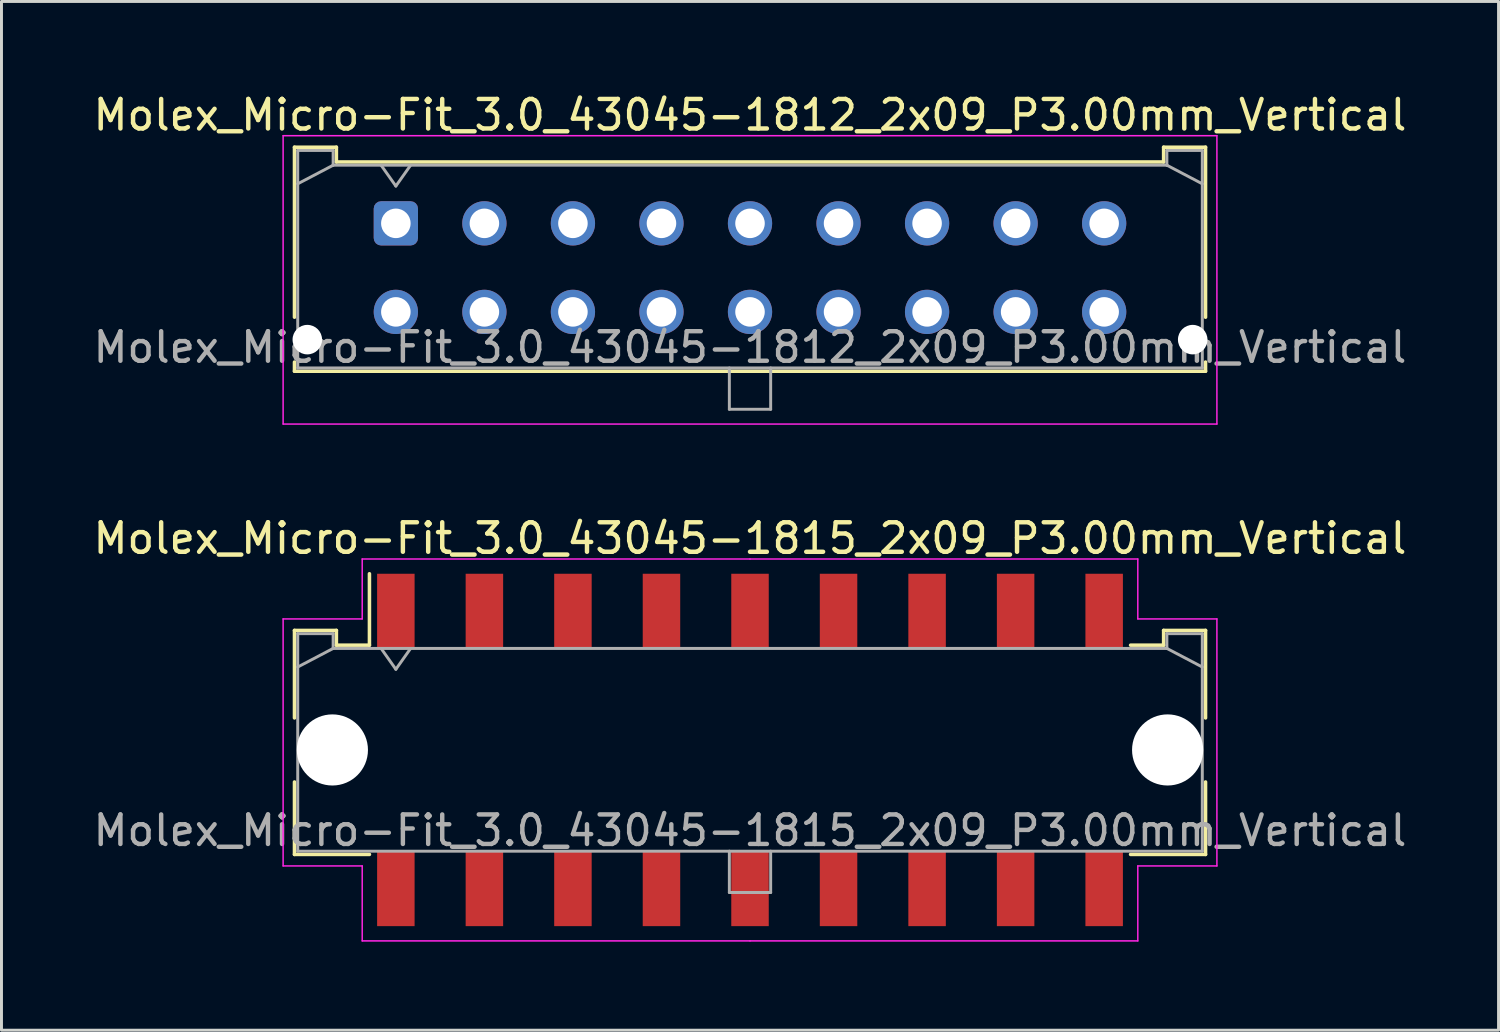
<source format=kicad_pcb>
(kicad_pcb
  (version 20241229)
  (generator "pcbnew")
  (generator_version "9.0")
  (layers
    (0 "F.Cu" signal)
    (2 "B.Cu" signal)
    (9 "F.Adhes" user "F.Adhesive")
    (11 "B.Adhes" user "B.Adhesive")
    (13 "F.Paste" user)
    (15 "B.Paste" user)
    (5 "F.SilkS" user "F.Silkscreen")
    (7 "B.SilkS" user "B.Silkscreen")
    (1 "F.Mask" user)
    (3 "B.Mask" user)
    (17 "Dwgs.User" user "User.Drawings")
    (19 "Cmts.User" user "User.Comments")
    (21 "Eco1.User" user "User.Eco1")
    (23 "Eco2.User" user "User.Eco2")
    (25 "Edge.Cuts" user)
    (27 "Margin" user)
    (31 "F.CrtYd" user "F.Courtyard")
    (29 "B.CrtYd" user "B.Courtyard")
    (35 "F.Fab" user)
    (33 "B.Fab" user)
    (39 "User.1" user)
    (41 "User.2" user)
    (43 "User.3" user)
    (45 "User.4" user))
  (footprint "Molex_Micro-Fit_3.0_43045-1812_2x09_P3.00mm_Vertical"
    (layer "F.Cu")
    (at 10.363 4.518)
    (property "Reference" "Molex_Micro-Fit_3.0_43045-1812_2x09_P3.00mm_Vertical" (at 12 -3.67 0) (layer "F.SilkS") (effects (font (size 1 1) (thickness 0.15))))
    (attr through_hole)
    (fp_line (start -3.435 -2.58) (end -2.015 -2.58) (stroke (width 0.12) (type solid)) (layer "F.SilkS"))
    (fp_line (start -3.435 3.18) (end -3.435 -2.58) (stroke (width 0.12) (type solid)) (layer "F.SilkS"))
    (fp_line (start -3.435 4.7) (end -3.435 5.01) (stroke (width 0.12) (type solid)) (layer "F.SilkS"))
    (fp_line (start -3.435 5.01) (end 27.435 5.01) (stroke (width 0.12) (type solid)) (layer "F.SilkS"))
    (fp_line (start -2.015 -2.58) (end -2.015 -2.08) (stroke (width 0.12) (type solid)) (layer "F.SilkS"))
    (fp_line (start -2.015 -2.08) (end 26.015 -2.08) (stroke (width 0.12) (type solid)) (layer "F.SilkS"))
    (fp_line (start 26.015 -2.58) (end 27.435 -2.58) (stroke (width 0.12) (type solid)) (layer "F.SilkS"))
    (fp_line (start 26.015 -2.08) (end 26.015 -2.58) (stroke (width 0.12) (type solid)) (layer "F.SilkS"))
    (fp_line (start 27.435 -2.58) (end 27.435 3.18) (stroke (width 0.12) (type solid)) (layer "F.SilkS"))
    (fp_line (start 27.435 5.01) (end 27.435 4.7) (stroke (width 0.12) (type solid)) (layer "F.SilkS"))
    (fp_line (start -3.82 -2.97) (end 27.82 -2.97) (stroke (width 0.05) (type solid)) (layer "F.CrtYd"))
    (fp_line (start -3.82 6.8) (end -3.82 -2.97) (stroke (width 0.05) (type solid)) (layer "F.CrtYd"))
    (fp_line (start 27.82 -2.97) (end 27.82 6.8) (stroke (width 0.05) (type solid)) (layer "F.CrtYd"))
    (fp_line (start 27.82 6.8) (end -3.82 6.8) (stroke (width 0.05) (type solid)) (layer "F.CrtYd"))
    (fp_line (start -3.325 -2.47) (end -3.325 4.9) (stroke (width 0.1) (type solid)) (layer "F.Fab"))
    (fp_line (start -3.325 -1.34) (end -2.125 -1.97) (stroke (width 0.1) (type solid)) (layer "F.Fab"))
    (fp_line (start -3.325 4.9) (end 27.325 4.9) (stroke (width 0.1) (type solid)) (layer "F.Fab"))
    (fp_line (start -2.125 -2.47) (end -3.325 -2.47) (stroke (width 0.1) (type solid)) (layer "F.Fab"))
    (fp_line (start -2.125 -1.97) (end -2.125 -2.47) (stroke (width 0.1) (type solid)) (layer "F.Fab"))
    (fp_line (start -0.5 -1.97) (end 0 -1.263) (stroke (width 0.1) (type solid)) (layer "F.Fab"))
    (fp_line (start 0 -1.263) (end 0.5 -1.97) (stroke (width 0.1) (type solid)) (layer "F.Fab"))
    (fp_line (start 11.3 4.9) (end 11.3 6.3) (stroke (width 0.1) (type solid)) (layer "F.Fab"))
    (fp_line (start 11.3 6.3) (end 12.7 6.3) (stroke (width 0.1) (type solid)) (layer "F.Fab"))
    (fp_line (start 12.7 6.3) (end 12.7 4.9) (stroke (width 0.1) (type solid)) (layer "F.Fab"))
    (fp_line (start 26.125 -2.47) (end 26.125 -1.97) (stroke (width 0.1) (type solid)) (layer "F.Fab"))
    (fp_line (start 26.125 -1.97) (end -2.125 -1.97) (stroke (width 0.1) (type solid)) (layer "F.Fab"))
    (fp_line (start 27.325 -2.47) (end 26.125 -2.47) (stroke (width 0.1) (type solid)) (layer "F.Fab"))
    (fp_line (start 27.325 -1.34) (end 26.125 -1.97) (stroke (width 0.1) (type solid)) (layer "F.Fab"))
    (fp_line (start 27.325 4.9) (end 27.325 -2.47) (stroke (width 0.1) (type solid)) (layer "F.Fab"))
    (fp_text user "${REFERENCE}" (at 12 4.2 0) (layer "F.Fab") (effects (font (size 1 1) (thickness 0.15))))
    (pad "" np_thru_hole circle (at -3 3.94) (size 1 1) (drill 1) (layers "*.Cu" "*.Mask"))
    (pad "" np_thru_hole circle (at 27 3.94) (size 1 1) (drill 1) (layers "*.Cu" "*.Mask"))
    (pad "1" thru_hole roundrect (at 0 0) (size 1.5 1.5) (drill 1) (layers "*.Cu" "*.Mask") (roundrect_rratio 0.167))
    (pad "2" thru_hole circle (at 3 0) (size 1.5 1.5) (drill 1) (layers "*.Cu" "*.Mask"))
    (pad "3" thru_hole circle (at 6 0) (size 1.5 1.5) (drill 1) (layers "*.Cu" "*.Mask"))
    (pad "4" thru_hole circle (at 9 0) (size 1.5 1.5) (drill 1) (layers "*.Cu" "*.Mask"))
    (pad "5" thru_hole circle (at 12 0) (size 1.5 1.5) (drill 1) (layers "*.Cu" "*.Mask"))
    (pad "6" thru_hole circle (at 15 0) (size 1.5 1.5) (drill 1) (layers "*.Cu" "*.Mask"))
    (pad "7" thru_hole circle (at 18 0) (size 1.5 1.5) (drill 1) (layers "*.Cu" "*.Mask"))
    (pad "8" thru_hole circle (at 21 0) (size 1.5 1.5) (drill 1) (layers "*.Cu" "*.Mask"))
    (pad "9" thru_hole circle (at 24 0) (size 1.5 1.5) (drill 1) (layers "*.Cu" "*.Mask"))
    (pad "10" thru_hole circle (at 0 3) (size 1.5 1.5) (drill 1) (layers "*.Cu" "*.Mask"))
    (pad "11" thru_hole circle (at 3 3) (size 1.5 1.5) (drill 1) (layers "*.Cu" "*.Mask"))
    (pad "12" thru_hole circle (at 6 3) (size 1.5 1.5) (drill 1) (layers "*.Cu" "*.Mask"))
    (pad "13" thru_hole circle (at 9 3) (size 1.5 1.5) (drill 1) (layers "*.Cu" "*.Mask"))
    (pad "14" thru_hole circle (at 12 3) (size 1.5 1.5) (drill 1) (layers "*.Cu" "*.Mask"))
    (pad "15" thru_hole circle (at 15 3) (size 1.5 1.5) (drill 1) (layers "*.Cu" "*.Mask"))
    (pad "16" thru_hole circle (at 18 3) (size 1.5 1.5) (drill 1) (layers "*.Cu" "*.Mask"))
    (pad "17" thru_hole circle (at 21 3) (size 1.5 1.5) (drill 1) (layers "*.Cu" "*.Mask"))
    (pad "18" thru_hole circle (at 24 3) (size 1.5 1.5) (drill 1) (layers "*.Cu" "*.Mask")))
  (footprint "Molex_Micro-Fit_3.0_43045-1815_2x09_P3.00mm_Vertical"
    (layer "F.Cu")
    (at 22.363 22.361)
    (property "Reference" "Molex_Micro-Fit_3.0_43045-1815_2x09_P3.00mm_Vertical" (at 0 -7.17 0) (layer "F.SilkS") (effects (font (size 1 1) (thickness 0.15))))
    (attr smd)
    (fp_line (start -15.435 -4.05) (end -14.015 -4.05) (stroke (width 0.12) (type solid)) (layer "F.SilkS"))
    (fp_line (start -15.435 -1.085) (end -15.435 -4.05) (stroke (width 0.12) (type solid)) (layer "F.SilkS"))
    (fp_line (start -15.435 1.085) (end -15.435 3.54) (stroke (width 0.12) (type solid)) (layer "F.SilkS"))
    (fp_line (start -15.435 3.54) (end -12.895 3.54) (stroke (width 0.12) (type solid)) (layer "F.SilkS"))
    (fp_line (start -14.015 -4.05) (end -14.015 -3.55) (stroke (width 0.12) (type solid)) (layer "F.SilkS"))
    (fp_line (start -14.015 -3.55) (end -12.895 -3.55) (stroke (width 0.12) (type solid)) (layer "F.SilkS"))
    (fp_line (start -12.895 -3.55) (end -12.895 -5.97) (stroke (width 0.12) (type solid)) (layer "F.SilkS"))
    (fp_line (start 14.015 -4.05) (end 14.015 -3.55) (stroke (width 0.12) (type solid)) (layer "F.SilkS"))
    (fp_line (start 14.015 -3.55) (end 12.895 -3.55) (stroke (width 0.12) (type solid)) (layer "F.SilkS"))
    (fp_line (start 15.435 -4.05) (end 14.015 -4.05) (stroke (width 0.12) (type solid)) (layer "F.SilkS"))
    (fp_line (start 15.435 -1.085) (end 15.435 -4.05) (stroke (width 0.12) (type solid)) (layer "F.SilkS"))
    (fp_line (start 15.435 1.085) (end 15.435 3.54) (stroke (width 0.12) (type solid)) (layer "F.SilkS"))
    (fp_line (start 15.435 3.54) (end 12.895 3.54) (stroke (width 0.12) (type solid)) (layer "F.SilkS"))
    (fp_line (start -15.82 -4.44) (end -15.82 3.93) (stroke (width 0.05) (type solid)) (layer "F.CrtYd"))
    (fp_line (start -15.82 3.93) (end -13.14 3.93) (stroke (width 0.05) (type solid)) (layer "F.CrtYd"))
    (fp_line (start -13.14 -6.47) (end -13.14 -4.44) (stroke (width 0.05) (type solid)) (layer "F.CrtYd"))
    (fp_line (start -13.14 -4.44) (end -15.82 -4.44) (stroke (width 0.05) (type solid)) (layer "F.CrtYd"))
    (fp_line (start -13.14 3.93) (end -13.14 6.47) (stroke (width 0.05) (type solid)) (layer "F.CrtYd"))
    (fp_line (start -13.14 6.47) (end 0 6.47) (stroke (width 0.05) (type solid)) (layer "F.CrtYd"))
    (fp_line (start 0 -6.47) (end -13.14 -6.47) (stroke (width 0.05) (type solid)) (layer "F.CrtYd"))
    (fp_line (start 0 -6.47) (end 13.14 -6.47) (stroke (width 0.05) (type solid)) (layer "F.CrtYd"))
    (fp_line (start 13.14 -6.47) (end 13.14 -4.44) (stroke (width 0.05) (type solid)) (layer "F.CrtYd"))
    (fp_line (start 13.14 -4.44) (end 15.82 -4.44) (stroke (width 0.05) (type solid)) (layer "F.CrtYd"))
    (fp_line (start 13.14 3.93) (end 13.14 6.47) (stroke (width 0.05) (type solid)) (layer "F.CrtYd"))
    (fp_line (start 13.14 6.47) (end 0 6.47) (stroke (width 0.05) (type solid)) (layer "F.CrtYd"))
    (fp_line (start 15.82 -4.44) (end 15.82 3.93) (stroke (width 0.05) (type solid)) (layer "F.CrtYd"))
    (fp_line (start 15.82 3.93) (end 13.14 3.93) (stroke (width 0.05) (type solid)) (layer "F.CrtYd"))
    (fp_line (start -15.325 -3.94) (end -15.325 3.43) (stroke (width 0.1) (type solid)) (layer "F.Fab"))
    (fp_line (start -15.325 -2.81) (end -14.125 -3.44) (stroke (width 0.1) (type solid)) (layer "F.Fab"))
    (fp_line (start -15.325 3.43) (end 15.325 3.43) (stroke (width 0.1) (type solid)) (layer "F.Fab"))
    (fp_line (start -14.125 -3.94) (end -15.325 -3.94) (stroke (width 0.1) (type solid)) (layer "F.Fab"))
    (fp_line (start -14.125 -3.44) (end -14.125 -3.94) (stroke (width 0.1) (type solid)) (layer "F.Fab"))
    (fp_line (start -12.5 -3.44) (end -12 -2.733) (stroke (width 0.1) (type solid)) (layer "F.Fab"))
    (fp_line (start -12 -2.733) (end -11.5 -3.44) (stroke (width 0.1) (type solid)) (layer "F.Fab"))
    (fp_line (start -0.7 3.43) (end -0.7 4.83) (stroke (width 0.1) (type solid)) (layer "F.Fab"))
    (fp_line (start -0.7 4.83) (end 0.7 4.83) (stroke (width 0.1) (type solid)) (layer "F.Fab"))
    (fp_line (start 0.7 4.83) (end 0.7 3.43) (stroke (width 0.1) (type solid)) (layer "F.Fab"))
    (fp_line (start 14.125 -3.94) (end 14.125 -3.44) (stroke (width 0.1) (type solid)) (layer "F.Fab"))
    (fp_line (start 14.125 -3.44) (end -14.125 -3.44) (stroke (width 0.1) (type solid)) (layer "F.Fab"))
    (fp_line (start 15.325 -3.94) (end 14.125 -3.94) (stroke (width 0.1) (type solid)) (layer "F.Fab"))
    (fp_line (start 15.325 -2.81) (end 14.125 -3.44) (stroke (width 0.1) (type solid)) (layer "F.Fab"))
    (fp_line (start 15.325 3.43) (end 15.325 -3.94) (stroke (width 0.1) (type solid)) (layer "F.Fab"))
    (fp_text user "${REFERENCE}" (at 0 2.73 0) (layer "F.Fab") (effects (font (size 1 1) (thickness 0.15))))
    (pad "" np_thru_hole circle (at -14.15 0) (size 2.41 2.41) (drill 2.41) (layers "*.Cu" "*.Mask"))
    (pad "" np_thru_hole circle (at 14.15 0) (size 2.41 2.41) (drill 2.41) (layers "*.Cu" "*.Mask"))
    (pad "1" smd rect (at -12 -4.7) (size 1.27 2.54) (layers "F.Cu" "F.Mask" "F.Paste"))
    (pad "2" smd rect (at -9 -4.7) (size 1.27 2.54) (layers "F.Cu" "F.Mask" "F.Paste"))
    (pad "3" smd rect (at -6 -4.7) (size 1.27 2.54) (layers "F.Cu" "F.Mask" "F.Paste"))
    (pad "4" smd rect (at -3 -4.7) (size 1.27 2.54) (layers "F.Cu" "F.Mask" "F.Paste"))
    (pad "5" smd rect (at 0 -4.7) (size 1.27 2.54) (layers "F.Cu" "F.Mask" "F.Paste"))
    (pad "6" smd rect (at 3 -4.7) (size 1.27 2.54) (layers "F.Cu" "F.Mask" "F.Paste"))
    (pad "7" smd rect (at 6 -4.7) (size 1.27 2.54) (layers "F.Cu" "F.Mask" "F.Paste"))
    (pad "8" smd rect (at 9 -4.7) (size 1.27 2.54) (layers "F.Cu" "F.Mask" "F.Paste"))
    (pad "9" smd rect (at 12 -4.7) (size 1.27 2.54) (layers "F.Cu" "F.Mask" "F.Paste"))
    (pad "10" smd rect (at -12 4.7) (size 1.27 2.54) (layers "F.Cu" "F.Mask" "F.Paste"))
    (pad "11" smd rect (at -9 4.7) (size 1.27 2.54) (layers "F.Cu" "F.Mask" "F.Paste"))
    (pad "12" smd rect (at -6 4.7) (size 1.27 2.54) (layers "F.Cu" "F.Mask" "F.Paste"))
    (pad "13" smd rect (at -3 4.7) (size 1.27 2.54) (layers "F.Cu" "F.Mask" "F.Paste"))
    (pad "14" smd rect (at 0 4.7) (size 1.27 2.54) (layers "F.Cu" "F.Mask" "F.Paste"))
    (pad "15" smd rect (at 3 4.7) (size 1.27 2.54) (layers "F.Cu" "F.Mask" "F.Paste"))
    (pad "16" smd rect (at 6 4.7) (size 1.27 2.54) (layers "F.Cu" "F.Mask" "F.Paste"))
    (pad "17" smd rect (at 9 4.7) (size 1.27 2.54) (layers "F.Cu" "F.Mask" "F.Paste"))
    (pad "18" smd rect (at 12 4.7) (size 1.27 2.54) (layers "F.Cu" "F.Mask" "F.Paste")))
  (gr_rect
    (start -3 -3)
    (end 47.726 31.857)
    (stroke (width 0.1) (type default))
    (fill no)
    (layer "Edge.Cuts")))
</source>
